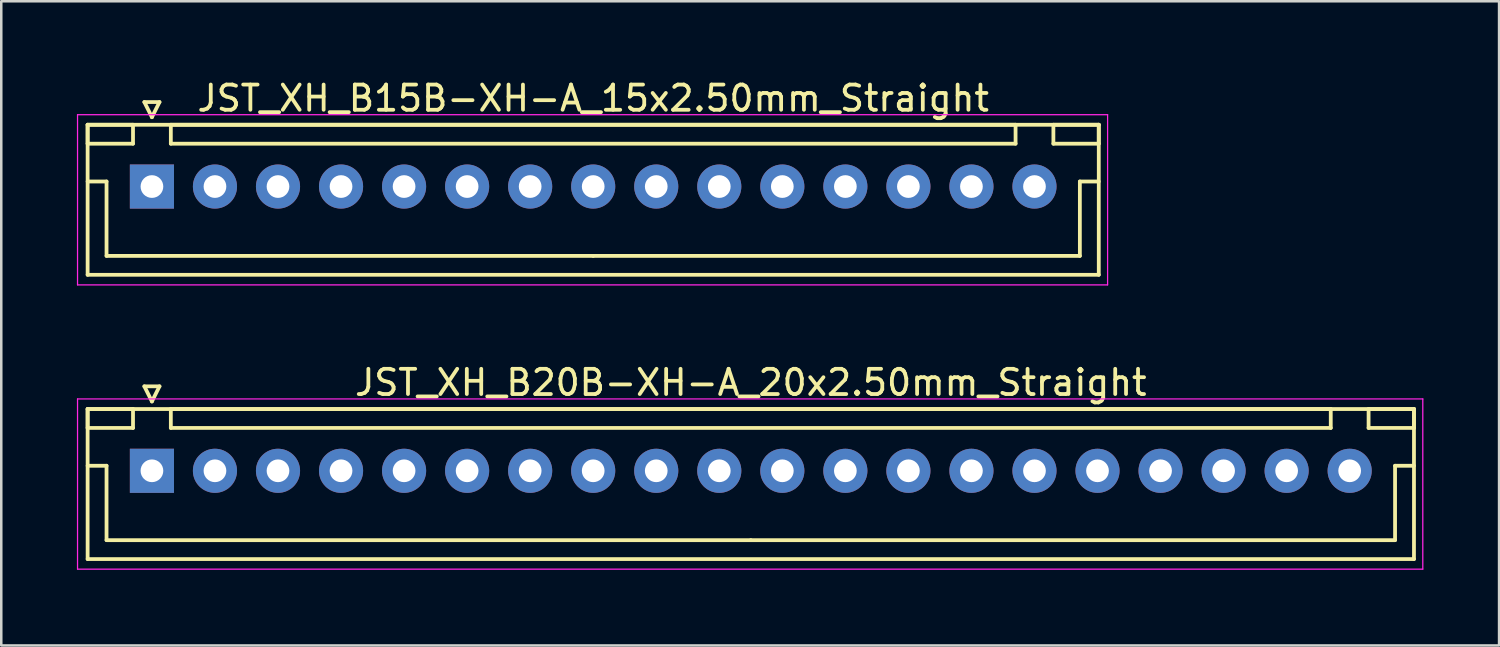
<source format=kicad_pcb>
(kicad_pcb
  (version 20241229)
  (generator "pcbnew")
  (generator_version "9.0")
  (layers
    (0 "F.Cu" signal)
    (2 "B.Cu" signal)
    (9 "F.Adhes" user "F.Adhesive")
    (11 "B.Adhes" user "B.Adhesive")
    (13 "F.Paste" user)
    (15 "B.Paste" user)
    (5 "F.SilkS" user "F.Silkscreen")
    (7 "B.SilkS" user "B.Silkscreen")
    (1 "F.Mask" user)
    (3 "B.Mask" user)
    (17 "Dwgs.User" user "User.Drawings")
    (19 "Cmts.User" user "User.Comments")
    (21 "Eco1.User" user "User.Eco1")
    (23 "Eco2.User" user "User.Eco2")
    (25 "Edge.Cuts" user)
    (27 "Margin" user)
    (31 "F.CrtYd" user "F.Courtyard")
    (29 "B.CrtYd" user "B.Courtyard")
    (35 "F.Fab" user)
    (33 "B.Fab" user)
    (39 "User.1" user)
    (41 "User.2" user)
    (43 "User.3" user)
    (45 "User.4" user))
  (footprint "JST_XH_B20B-XH-A_20x2.50mm_Straight"
    (layer "F.Cu")
    (at 2.975 15.621)
    (property "Reference" "JST_XH_B20B-XH-A_20x2.50mm_Straight" (at 23.75 -3.5 0) (layer "F.SilkS") (effects (font (size 1 1) (thickness 0.15))))
    (attr through_hole)
    (fp_line (start -2.55 -2.45) (end -2.55 -1.7) (stroke (width 0.15) (type solid)) (layer "F.SilkS"))
    (fp_line (start -2.55 -2.45) (end -2.55 3.5) (stroke (width 0.15) (type solid)) (layer "F.SilkS"))
    (fp_line (start -2.55 -1.7) (end -0.75 -1.7) (stroke (width 0.15) (type solid)) (layer "F.SilkS"))
    (fp_line (start -2.55 -0.2) (end -1.8 -0.2) (stroke (width 0.15) (type solid)) (layer "F.SilkS"))
    (fp_line (start -2.55 3.5) (end 50.05 3.5) (stroke (width 0.15) (type solid)) (layer "F.SilkS"))
    (fp_line (start -1.8 -0.2) (end -1.8 2.75) (stroke (width 0.15) (type solid)) (layer "F.SilkS"))
    (fp_line (start -1.8 2.75) (end 23.75 2.75) (stroke (width 0.15) (type solid)) (layer "F.SilkS"))
    (fp_line (start -0.75 -2.45) (end -2.55 -2.45) (stroke (width 0.15) (type solid)) (layer "F.SilkS"))
    (fp_line (start -0.75 -1.7) (end -0.75 -2.45) (stroke (width 0.15) (type solid)) (layer "F.SilkS"))
    (fp_line (start -0.3 -3.35) (end 0.3 -3.35) (stroke (width 0.15) (type solid)) (layer "F.SilkS"))
    (fp_line (start 0 -2.75) (end -0.3 -3.35) (stroke (width 0.15) (type solid)) (layer "F.SilkS"))
    (fp_line (start 0.3 -3.35) (end 0 -2.75) (stroke (width 0.15) (type solid)) (layer "F.SilkS"))
    (fp_line (start 0.75 -2.45) (end 0.75 -1.7) (stroke (width 0.15) (type solid)) (layer "F.SilkS"))
    (fp_line (start 0.75 -1.7) (end 46.75 -1.7) (stroke (width 0.15) (type solid)) (layer "F.SilkS"))
    (fp_line (start 46.75 -2.45) (end 0.75 -2.45) (stroke (width 0.15) (type solid)) (layer "F.SilkS"))
    (fp_line (start 46.75 -1.7) (end 46.75 -2.45) (stroke (width 0.15) (type solid)) (layer "F.SilkS"))
    (fp_line (start 48.25 -2.45) (end 48.25 -1.7) (stroke (width 0.15) (type solid)) (layer "F.SilkS"))
    (fp_line (start 48.25 -1.7) (end 50.05 -1.7) (stroke (width 0.15) (type solid)) (layer "F.SilkS"))
    (fp_line (start 49.3 -0.2) (end 49.3 2.75) (stroke (width 0.15) (type solid)) (layer "F.SilkS"))
    (fp_line (start 49.3 2.75) (end 23.75 2.75) (stroke (width 0.15) (type solid)) (layer "F.SilkS"))
    (fp_line (start 50.05 -2.45) (end -2.55 -2.45) (stroke (width 0.15) (type solid)) (layer "F.SilkS"))
    (fp_line (start 50.05 -2.45) (end 48.25 -2.45) (stroke (width 0.15) (type solid)) (layer "F.SilkS"))
    (fp_line (start 50.05 -1.7) (end 50.05 -2.45) (stroke (width 0.15) (type solid)) (layer "F.SilkS"))
    (fp_line (start 50.05 -0.2) (end 49.3 -0.2) (stroke (width 0.15) (type solid)) (layer "F.SilkS"))
    (fp_line (start 50.05 3.5) (end 50.05 -2.45) (stroke (width 0.15) (type solid)) (layer "F.SilkS"))
    (fp_line (start -2.95 -2.85) (end -2.95 3.9) (stroke (width 0.05) (type solid)) (layer "F.CrtYd"))
    (fp_line (start -2.95 3.9) (end 50.4 3.9) (stroke (width 0.05) (type solid)) (layer "F.CrtYd"))
    (fp_line (start 50.4 -2.85) (end -2.95 -2.85) (stroke (width 0.05) (type solid)) (layer "F.CrtYd"))
    (fp_line (start 50.4 3.9) (end 50.4 -2.85) (stroke (width 0.05) (type solid)) (layer "F.CrtYd"))
    (pad "1" thru_hole rect (at 0 0) (size 1.75 1.75) (drill 0.9) (layers "*.Cu" "*.Mask"))
    (pad "2" thru_hole circle (at 2.5 0) (size 1.75 1.75) (drill 0.9) (layers "*.Cu" "*.Mask"))
    (pad "3" thru_hole circle (at 5 0) (size 1.75 1.75) (drill 0.9) (layers "*.Cu" "*.Mask"))
    (pad "4" thru_hole circle (at 7.5 0) (size 1.75 1.75) (drill 0.9) (layers "*.Cu" "*.Mask"))
    (pad "5" thru_hole circle (at 10 0) (size 1.75 1.75) (drill 0.9) (layers "*.Cu" "*.Mask"))
    (pad "6" thru_hole circle (at 12.5 0) (size 1.75 1.75) (drill 0.9) (layers "*.Cu" "*.Mask"))
    (pad "7" thru_hole circle (at 15 0) (size 1.75 1.75) (drill 0.9) (layers "*.Cu" "*.Mask"))
    (pad "8" thru_hole circle (at 17.5 0) (size 1.75 1.75) (drill 0.9) (layers "*.Cu" "*.Mask"))
    (pad "9" thru_hole circle (at 20 0) (size 1.75 1.75) (drill 0.9) (layers "*.Cu" "*.Mask"))
    (pad "10" thru_hole circle (at 22.5 0) (size 1.75 1.75) (drill 0.9) (layers "*.Cu" "*.Mask"))
    (pad "11" thru_hole circle (at 25 0) (size 1.75 1.75) (drill 0.9) (layers "*.Cu" "*.Mask"))
    (pad "12" thru_hole circle (at 27.5 0) (size 1.75 1.75) (drill 0.9) (layers "*.Cu" "*.Mask"))
    (pad "13" thru_hole circle (at 30 0) (size 1.75 1.75) (drill 0.9) (layers "*.Cu" "*.Mask"))
    (pad "14" thru_hole circle (at 32.5 0) (size 1.75 1.75) (drill 0.9) (layers "*.Cu" "*.Mask"))
    (pad "15" thru_hole circle (at 35 0) (size 1.75 1.75) (drill 0.9) (layers "*.Cu" "*.Mask"))
    (pad "16" thru_hole circle (at 37.5 0) (size 1.75 1.75) (drill 0.9) (layers "*.Cu" "*.Mask"))
    (pad "17" thru_hole circle (at 40 0) (size 1.75 1.75) (drill 0.9) (layers "*.Cu" "*.Mask"))
    (pad "18" thru_hole circle (at 42.5 0) (size 1.75 1.75) (drill 0.9) (layers "*.Cu" "*.Mask"))
    (pad "19" thru_hole circle (at 45 0) (size 1.75 1.75) (drill 0.9) (layers "*.Cu" "*.Mask"))
    (pad "20" thru_hole circle (at 47.5 0) (size 1.75 1.75) (drill 0.9) (layers "*.Cu" "*.Mask")))
  (footprint "JST_XH_B15B-XH-A_15x2.50mm_Straight"
    (layer "F.Cu")
    (at 2.975 4.348)
    (property "Reference" "JST_XH_B15B-XH-A_15x2.50mm_Straight" (at 17.5 -3.5 0) (layer "F.SilkS") (effects (font (size 1 1) (thickness 0.15))))
    (attr through_hole)
    (fp_line (start -2.55 -2.45) (end -2.55 -1.7) (stroke (width 0.15) (type solid)) (layer "F.SilkS"))
    (fp_line (start -2.55 -2.45) (end -2.55 3.5) (stroke (width 0.15) (type solid)) (layer "F.SilkS"))
    (fp_line (start -2.55 -1.7) (end -0.75 -1.7) (stroke (width 0.15) (type solid)) (layer "F.SilkS"))
    (fp_line (start -2.55 -0.2) (end -1.8 -0.2) (stroke (width 0.15) (type solid)) (layer "F.SilkS"))
    (fp_line (start -2.55 3.5) (end 37.55 3.5) (stroke (width 0.15) (type solid)) (layer "F.SilkS"))
    (fp_line (start -1.8 -0.2) (end -1.8 2.75) (stroke (width 0.15) (type solid)) (layer "F.SilkS"))
    (fp_line (start -1.8 2.75) (end 17.5 2.75) (stroke (width 0.15) (type solid)) (layer "F.SilkS"))
    (fp_line (start -0.75 -2.45) (end -2.55 -2.45) (stroke (width 0.15) (type solid)) (layer "F.SilkS"))
    (fp_line (start -0.75 -1.7) (end -0.75 -2.45) (stroke (width 0.15) (type solid)) (layer "F.SilkS"))
    (fp_line (start -0.3 -3.35) (end 0.3 -3.35) (stroke (width 0.15) (type solid)) (layer "F.SilkS"))
    (fp_line (start 0 -2.75) (end -0.3 -3.35) (stroke (width 0.15) (type solid)) (layer "F.SilkS"))
    (fp_line (start 0.3 -3.35) (end 0 -2.75) (stroke (width 0.15) (type solid)) (layer "F.SilkS"))
    (fp_line (start 0.75 -2.45) (end 0.75 -1.7) (stroke (width 0.15) (type solid)) (layer "F.SilkS"))
    (fp_line (start 0.75 -1.7) (end 34.25 -1.7) (stroke (width 0.15) (type solid)) (layer "F.SilkS"))
    (fp_line (start 34.25 -2.45) (end 0.75 -2.45) (stroke (width 0.15) (type solid)) (layer "F.SilkS"))
    (fp_line (start 34.25 -1.7) (end 34.25 -2.45) (stroke (width 0.15) (type solid)) (layer "F.SilkS"))
    (fp_line (start 35.75 -2.45) (end 35.75 -1.7) (stroke (width 0.15) (type solid)) (layer "F.SilkS"))
    (fp_line (start 35.75 -1.7) (end 37.55 -1.7) (stroke (width 0.15) (type solid)) (layer "F.SilkS"))
    (fp_line (start 36.8 -0.2) (end 36.8 2.75) (stroke (width 0.15) (type solid)) (layer "F.SilkS"))
    (fp_line (start 36.8 2.75) (end 17.5 2.75) (stroke (width 0.15) (type solid)) (layer "F.SilkS"))
    (fp_line (start 37.55 -2.45) (end -2.55 -2.45) (stroke (width 0.15) (type solid)) (layer "F.SilkS"))
    (fp_line (start 37.55 -2.45) (end 35.75 -2.45) (stroke (width 0.15) (type solid)) (layer "F.SilkS"))
    (fp_line (start 37.55 -1.7) (end 37.55 -2.45) (stroke (width 0.15) (type solid)) (layer "F.SilkS"))
    (fp_line (start 37.55 -0.2) (end 36.8 -0.2) (stroke (width 0.15) (type solid)) (layer "F.SilkS"))
    (fp_line (start 37.55 3.5) (end 37.55 -2.45) (stroke (width 0.15) (type solid)) (layer "F.SilkS"))
    (fp_line (start -2.95 -2.85) (end -2.95 3.9) (stroke (width 0.05) (type solid)) (layer "F.CrtYd"))
    (fp_line (start -2.95 3.9) (end 37.9 3.9) (stroke (width 0.05) (type solid)) (layer "F.CrtYd"))
    (fp_line (start 37.9 -2.85) (end -2.95 -2.85) (stroke (width 0.05) (type solid)) (layer "F.CrtYd"))
    (fp_line (start 37.9 3.9) (end 37.9 -2.85) (stroke (width 0.05) (type solid)) (layer "F.CrtYd"))
    (pad "1" thru_hole rect (at 0 0) (size 1.75 1.75) (drill 0.9) (layers "*.Cu" "*.Mask"))
    (pad "2" thru_hole circle (at 2.5 0) (size 1.75 1.75) (drill 0.9) (layers "*.Cu" "*.Mask"))
    (pad "3" thru_hole circle (at 5 0) (size 1.75 1.75) (drill 0.9) (layers "*.Cu" "*.Mask"))
    (pad "4" thru_hole circle (at 7.5 0) (size 1.75 1.75) (drill 0.9) (layers "*.Cu" "*.Mask"))
    (pad "5" thru_hole circle (at 10 0) (size 1.75 1.75) (drill 0.9) (layers "*.Cu" "*.Mask"))
    (pad "6" thru_hole circle (at 12.5 0) (size 1.75 1.75) (drill 0.9) (layers "*.Cu" "*.Mask"))
    (pad "7" thru_hole circle (at 15 0) (size 1.75 1.75) (drill 0.9) (layers "*.Cu" "*.Mask"))
    (pad "8" thru_hole circle (at 17.5 0) (size 1.75 1.75) (drill 0.9) (layers "*.Cu" "*.Mask"))
    (pad "9" thru_hole circle (at 20 0) (size 1.75 1.75) (drill 0.9) (layers "*.Cu" "*.Mask"))
    (pad "10" thru_hole circle (at 22.5 0) (size 1.75 1.75) (drill 0.9) (layers "*.Cu" "*.Mask"))
    (pad "11" thru_hole circle (at 25 0) (size 1.75 1.75) (drill 0.9) (layers "*.Cu" "*.Mask"))
    (pad "12" thru_hole circle (at 27.5 0) (size 1.75 1.75) (drill 0.9) (layers "*.Cu" "*.Mask"))
    (pad "13" thru_hole circle (at 30 0) (size 1.75 1.75) (drill 0.9) (layers "*.Cu" "*.Mask"))
    (pad "14" thru_hole circle (at 32.5 0) (size 1.75 1.75) (drill 0.9) (layers "*.Cu" "*.Mask"))
    (pad "15" thru_hole circle (at 35 0) (size 1.75 1.75) (drill 0.9) (layers "*.Cu" "*.Mask")))
  (gr_rect
    (start -3 -3)
    (end 56.4 22.547)
    (stroke (width 0.1) (type default))
    (fill no)
    (layer "Edge.Cuts")))
</source>
